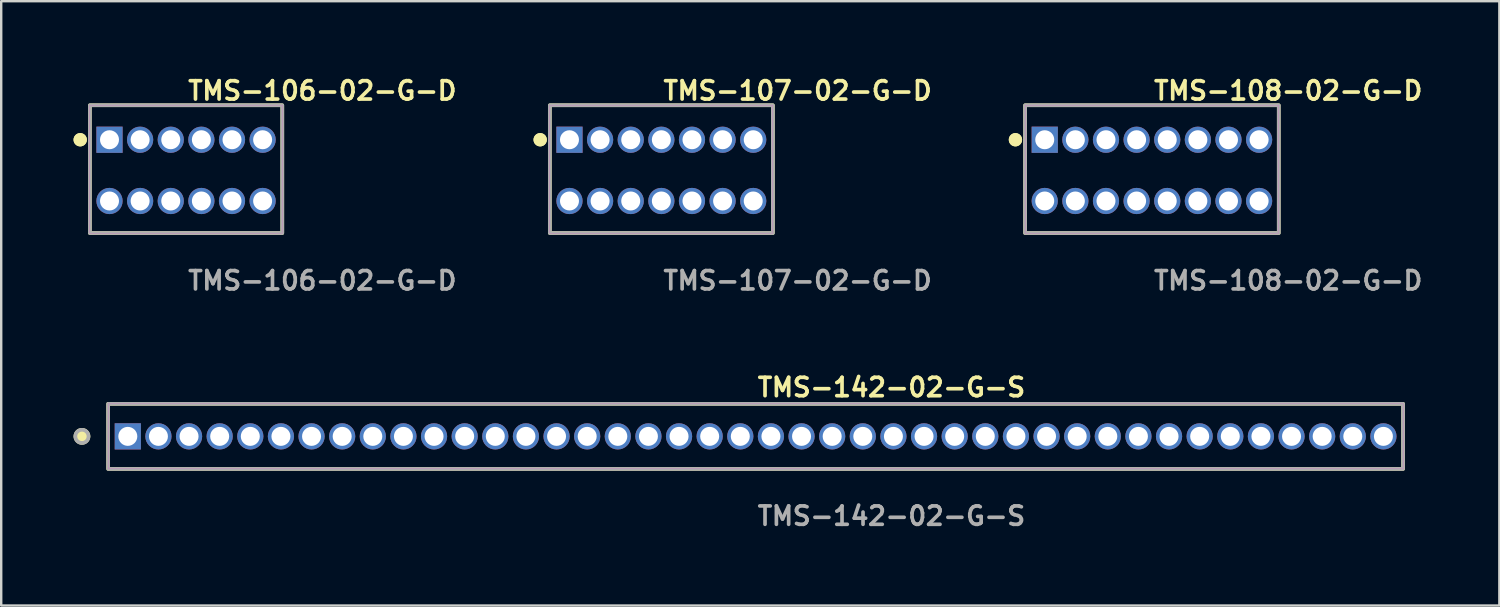
<source format=kicad_pcb>
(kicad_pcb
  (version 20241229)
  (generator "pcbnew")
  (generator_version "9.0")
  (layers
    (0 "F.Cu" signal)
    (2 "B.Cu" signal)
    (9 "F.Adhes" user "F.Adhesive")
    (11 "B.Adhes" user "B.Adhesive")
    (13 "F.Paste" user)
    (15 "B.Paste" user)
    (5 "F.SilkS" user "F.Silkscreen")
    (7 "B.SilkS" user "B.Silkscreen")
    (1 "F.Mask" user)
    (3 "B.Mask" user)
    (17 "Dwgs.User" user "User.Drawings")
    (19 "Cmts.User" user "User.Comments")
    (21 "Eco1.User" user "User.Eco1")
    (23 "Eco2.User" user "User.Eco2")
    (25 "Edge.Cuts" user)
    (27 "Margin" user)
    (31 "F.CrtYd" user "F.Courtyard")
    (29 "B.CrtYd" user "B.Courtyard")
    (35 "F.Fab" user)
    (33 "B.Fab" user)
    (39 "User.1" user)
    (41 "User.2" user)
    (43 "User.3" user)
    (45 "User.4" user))
  (footprint "TMS-106-02-G-D"
    (layer "F.Cu")
    (at 4.666 4.015)
    (property "Reference" "TMS-106-02-G-D" (at 0 -3.302 0) (unlocked yes) (layer "F.SilkS") (effects (font (size 0.762 0.762) (thickness 0.152)) (justify left)))
    (fp_rect (start -3.99 2.6) (end 3.99 -2.7) (stroke (width 0.152) (type solid)) (fill no) (layer "F.SilkS"))
    (fp_circle (center -4.39 -1.27) (end -4.59 -1.27) (stroke (width 0.152) (type solid)) (fill yes) (layer "F.SilkS"))
    (fp_circle (center -4.39 -1.27) (end -4.59 -1.27) (stroke (width 0.152) (type solid)) (fill yes) (layer "F.SilkS"))
    (fp_rect (start -3.99 2.6) (end 3.99 -2.7) (stroke (width 0.006) (type solid)) (fill no) (layer "F.CrtYd"))
    (fp_rect (start -3.99 2.6) (end 3.99 -2.7) (stroke (width 0.152) (type solid)) (fill no) (layer "F.Fab"))
    (fp_text user "${REFERENCE}" (at 0 4.572 0) (unlocked yes) (layer "F.Fab") (effects (font (size 0.762 0.762) (thickness 0.152)) (justify left)))
    (pad "1" thru_hole rect (at -3.175 -1.27) (size 1.087 1.087) (drill 0.787) (layers "*.Cu" "*.Mask"))
    (pad "2" thru_hole circle (at -3.175 1.27) (size 1.087 1.087) (drill 0.787) (layers "*.Cu" "*.Mask"))
    (pad "3" thru_hole circle (at -1.905 -1.27) (size 1.087 1.087) (drill 0.787) (layers "*.Cu" "*.Mask"))
    (pad "4" thru_hole circle (at -1.905 1.27) (size 1.087 1.087) (drill 0.787) (layers "*.Cu" "*.Mask"))
    (pad "5" thru_hole circle (at -0.635 -1.27) (size 1.087 1.087) (drill 0.787) (layers "*.Cu" "*.Mask"))
    (pad "6" thru_hole circle (at -0.635 1.27) (size 1.087 1.087) (drill 0.787) (layers "*.Cu" "*.Mask"))
    (pad "7" thru_hole circle (at 0.635 -1.27) (size 1.087 1.087) (drill 0.787) (layers "*.Cu" "*.Mask"))
    (pad "8" thru_hole circle (at 0.635 1.27) (size 1.087 1.087) (drill 0.787) (layers "*.Cu" "*.Mask"))
    (pad "9" thru_hole circle (at 1.905 -1.27) (size 1.087 1.087) (drill 0.787) (layers "*.Cu" "*.Mask"))
    (pad "10" thru_hole circle (at 1.905 1.27) (size 1.087 1.087) (drill 0.787) (layers "*.Cu" "*.Mask"))
    (pad "11" thru_hole circle (at 3.175 -1.27) (size 1.087 1.087) (drill 0.787) (layers "*.Cu" "*.Mask"))
    (pad "12" thru_hole circle (at 3.175 1.27) (size 1.087 1.087) (drill 0.787) (layers "*.Cu" "*.Mask")))
  (footprint "TMS-107-02-G-D"
    (layer "F.Cu")
    (at 24.376 4.015)
    (property "Reference" "TMS-107-02-G-D" (at 0 -3.302 0) (unlocked yes) (layer "F.SilkS") (effects (font (size 0.762 0.762) (thickness 0.152)) (justify left)))
    (fp_rect (start -4.625 2.6) (end 4.625 -2.7) (stroke (width 0.152) (type solid)) (fill no) (layer "F.SilkS"))
    (fp_circle (center -5.025 -1.27) (end -5.225 -1.27) (stroke (width 0.152) (type solid)) (fill yes) (layer "F.SilkS"))
    (fp_circle (center -5.025 -1.27) (end -5.225 -1.27) (stroke (width 0.152) (type solid)) (fill yes) (layer "F.SilkS"))
    (fp_rect (start -4.625 2.6) (end 4.625 -2.7) (stroke (width 0.006) (type solid)) (fill no) (layer "F.CrtYd"))
    (fp_rect (start -4.625 2.6) (end 4.625 -2.7) (stroke (width 0.152) (type solid)) (fill no) (layer "F.Fab"))
    (fp_text user "${REFERENCE}" (at 0 4.572 0) (unlocked yes) (layer "F.Fab") (effects (font (size 0.762 0.762) (thickness 0.152)) (justify left)))
    (pad "1" thru_hole rect (at -3.81 -1.27) (size 1.087 1.087) (drill 0.787) (layers "*.Cu" "*.Mask"))
    (pad "2" thru_hole circle (at -3.81 1.27) (size 1.087 1.087) (drill 0.787) (layers "*.Cu" "*.Mask"))
    (pad "3" thru_hole circle (at -2.54 -1.27) (size 1.087 1.087) (drill 0.787) (layers "*.Cu" "*.Mask"))
    (pad "4" thru_hole circle (at -2.54 1.27) (size 1.087 1.087) (drill 0.787) (layers "*.Cu" "*.Mask"))
    (pad "5" thru_hole circle (at -1.27 -1.27) (size 1.087 1.087) (drill 0.787) (layers "*.Cu" "*.Mask"))
    (pad "6" thru_hole circle (at -1.27 1.27) (size 1.087 1.087) (drill 0.787) (layers "*.Cu" "*.Mask"))
    (pad "7" thru_hole circle (at 0 -1.27) (size 1.087 1.087) (drill 0.787) (layers "*.Cu" "*.Mask"))
    (pad "8" thru_hole circle (at 0 1.27) (size 1.087 1.087) (drill 0.787) (layers "*.Cu" "*.Mask"))
    (pad "9" thru_hole circle (at 1.27 -1.27) (size 1.087 1.087) (drill 0.787) (layers "*.Cu" "*.Mask"))
    (pad "10" thru_hole circle (at 1.27 1.27) (size 1.087 1.087) (drill 0.787) (layers "*.Cu" "*.Mask"))
    (pad "11" thru_hole circle (at 2.54 -1.27) (size 1.087 1.087) (drill 0.787) (layers "*.Cu" "*.Mask"))
    (pad "12" thru_hole circle (at 2.54 1.27) (size 1.087 1.087) (drill 0.787) (layers "*.Cu" "*.Mask"))
    (pad "13" thru_hole circle (at 3.81 -1.27) (size 1.087 1.087) (drill 0.787) (layers "*.Cu" "*.Mask"))
    (pad "14" thru_hole circle (at 3.81 1.27) (size 1.087 1.087) (drill 0.787) (layers "*.Cu" "*.Mask")))
  (footprint "TMS-108-02-G-D"
    (layer "F.Cu")
    (at 44.72 4.015)
    (property "Reference" "TMS-108-02-G-D" (at 0 -3.302 0) (unlocked yes) (layer "F.SilkS") (effects (font (size 0.762 0.762) (thickness 0.152)) (justify left)))
    (fp_rect (start -5.26 2.6) (end 5.26 -2.7) (stroke (width 0.152) (type solid)) (fill no) (layer "F.SilkS"))
    (fp_circle (center -5.66 -1.27) (end -5.86 -1.27) (stroke (width 0.152) (type solid)) (fill yes) (layer "F.SilkS"))
    (fp_circle (center -5.66 -1.27) (end -5.86 -1.27) (stroke (width 0.152) (type solid)) (fill yes) (layer "F.SilkS"))
    (fp_rect (start -5.26 2.6) (end 5.26 -2.7) (stroke (width 0.006) (type solid)) (fill no) (layer "F.CrtYd"))
    (fp_rect (start -5.26 2.6) (end 5.26 -2.7) (stroke (width 0.152) (type solid)) (fill no) (layer "F.Fab"))
    (fp_text user "${REFERENCE}" (at 0 4.572 0) (unlocked yes) (layer "F.Fab") (effects (font (size 0.762 0.762) (thickness 0.152)) (justify left)))
    (pad "1" thru_hole rect (at -4.445 -1.27) (size 1.087 1.087) (drill 0.787) (layers "*.Cu" "*.Mask"))
    (pad "2" thru_hole circle (at -4.445 1.27) (size 1.087 1.087) (drill 0.787) (layers "*.Cu" "*.Mask"))
    (pad "3" thru_hole circle (at -3.175 -1.27) (size 1.087 1.087) (drill 0.787) (layers "*.Cu" "*.Mask"))
    (pad "4" thru_hole circle (at -3.175 1.27) (size 1.087 1.087) (drill 0.787) (layers "*.Cu" "*.Mask"))
    (pad "5" thru_hole circle (at -1.905 -1.27) (size 1.087 1.087) (drill 0.787) (layers "*.Cu" "*.Mask"))
    (pad "6" thru_hole circle (at -1.905 1.27) (size 1.087 1.087) (drill 0.787) (layers "*.Cu" "*.Mask"))
    (pad "7" thru_hole circle (at -0.635 -1.27) (size 1.087 1.087) (drill 0.787) (layers "*.Cu" "*.Mask"))
    (pad "8" thru_hole circle (at -0.635 1.27) (size 1.087 1.087) (drill 0.787) (layers "*.Cu" "*.Mask"))
    (pad "9" thru_hole circle (at 0.635 -1.27) (size 1.087 1.087) (drill 0.787) (layers "*.Cu" "*.Mask"))
    (pad "10" thru_hole circle (at 0.635 1.27) (size 1.087 1.087) (drill 0.787) (layers "*.Cu" "*.Mask"))
    (pad "11" thru_hole circle (at 1.905 -1.27) (size 1.087 1.087) (drill 0.787) (layers "*.Cu" "*.Mask"))
    (pad "12" thru_hole circle (at 1.905 1.27) (size 1.087 1.087) (drill 0.787) (layers "*.Cu" "*.Mask"))
    (pad "13" thru_hole circle (at 3.175 -1.27) (size 1.087 1.087) (drill 0.787) (layers "*.Cu" "*.Mask"))
    (pad "14" thru_hole circle (at 3.175 1.27) (size 1.087 1.087) (drill 0.787) (layers "*.Cu" "*.Mask"))
    (pad "15" thru_hole circle (at 4.445 -1.27) (size 1.087 1.087) (drill 0.787) (layers "*.Cu" "*.Mask"))
    (pad "16" thru_hole circle (at 4.445 1.27) (size 1.087 1.087) (drill 0.787) (layers "*.Cu" "*.Mask")))
  (footprint "TMS-142-02-G-S"
    (layer "F.Cu")
    (at 28.285 15.046)
    (property "Reference" "TMS-142-02-G-S" (at 0 -2.032 0) (unlocked yes) (layer "F.SilkS") (effects (font (size 0.762 0.762) (thickness 0.152)) (justify left)))
    (fp_rect (start -26.85 1.35) (end 26.85 -1.35) (stroke (width 0.152) (type solid)) (fill no) (layer "F.SilkS"))
    (fp_circle (center -27.937 0) (end -28.209 0) (stroke (width 0.152) (type solid)) (fill yes) (layer "F.SilkS"))
    (fp_rect (start -26.85 1.35) (end 26.85 -1.35) (stroke (width 0.006) (type solid)) (fill no) (layer "F.CrtYd"))
    (fp_rect (start -26.85 1.35) (end 26.85 -1.35) (stroke (width 0.152) (type solid)) (fill no) (layer "F.Fab"))
    (fp_circle (center -27.937 0) (end -28.209 0) (stroke (width 0.152) (type solid)) (fill no) (layer "F.Fab"))
    (fp_text user "${REFERENCE}" (at 0 3.302 0) (unlocked yes) (layer "F.Fab") (effects (font (size 0.762 0.762) (thickness 0.152)) (justify left)))
    (pad "1" thru_hole rect (at -26.035 0) (size 1.087 1.087) (drill 0.787) (layers "*.Cu" "*.Mask"))
    (pad "2" thru_hole circle (at -24.765 0) (size 1.087 1.087) (drill 0.787) (layers "*.Cu" "*.Mask"))
    (pad "3" thru_hole circle (at -23.495 0) (size 1.087 1.087) (drill 0.787) (layers "*.Cu" "*.Mask"))
    (pad "4" thru_hole circle (at -22.225 0) (size 1.087 1.087) (drill 0.787) (layers "*.Cu" "*.Mask"))
    (pad "5" thru_hole circle (at -20.955 0) (size 1.087 1.087) (drill 0.787) (layers "*.Cu" "*.Mask"))
    (pad "6" thru_hole circle (at -19.685 0) (size 1.087 1.087) (drill 0.787) (layers "*.Cu" "*.Mask"))
    (pad "7" thru_hole circle (at -18.415 0) (size 1.087 1.087) (drill 0.787) (layers "*.Cu" "*.Mask"))
    (pad "8" thru_hole circle (at -17.145 0) (size 1.087 1.087) (drill 0.787) (layers "*.Cu" "*.Mask"))
    (pad "9" thru_hole circle (at -15.875 0) (size 1.087 1.087) (drill 0.787) (layers "*.Cu" "*.Mask"))
    (pad "10" thru_hole circle (at -14.605 0) (size 1.087 1.087) (drill 0.787) (layers "*.Cu" "*.Mask"))
    (pad "11" thru_hole circle (at -13.335 0) (size 1.087 1.087) (drill 0.787) (layers "*.Cu" "*.Mask"))
    (pad "12" thru_hole circle (at -12.065 0) (size 1.087 1.087) (drill 0.787) (layers "*.Cu" "*.Mask"))
    (pad "13" thru_hole circle (at -10.795 0) (size 1.087 1.087) (drill 0.787) (layers "*.Cu" "*.Mask"))
    (pad "14" thru_hole circle (at -9.525 0) (size 1.087 1.087) (drill 0.787) (layers "*.Cu" "*.Mask"))
    (pad "15" thru_hole circle (at -8.255 0) (size 1.087 1.087) (drill 0.787) (layers "*.Cu" "*.Mask"))
    (pad "16" thru_hole circle (at -6.985 0) (size 1.087 1.087) (drill 0.787) (layers "*.Cu" "*.Mask"))
    (pad "17" thru_hole circle (at -5.715 0) (size 1.087 1.087) (drill 0.787) (layers "*.Cu" "*.Mask"))
    (pad "18" thru_hole circle (at -4.445 0) (size 1.087 1.087) (drill 0.787) (layers "*.Cu" "*.Mask"))
    (pad "19" thru_hole circle (at -3.175 0) (size 1.087 1.087) (drill 0.787) (layers "*.Cu" "*.Mask"))
    (pad "20" thru_hole circle (at -1.905 0) (size 1.087 1.087) (drill 0.787) (layers "*.Cu" "*.Mask"))
    (pad "21" thru_hole circle (at -0.635 0) (size 1.087 1.087) (drill 0.787) (layers "*.Cu" "*.Mask"))
    (pad "22" thru_hole circle (at 0.635 0) (size 1.087 1.087) (drill 0.787) (layers "*.Cu" "*.Mask"))
    (pad "23" thru_hole circle (at 1.905 0) (size 1.087 1.087) (drill 0.787) (layers "*.Cu" "*.Mask"))
    (pad "24" thru_hole circle (at 3.175 0) (size 1.087 1.087) (drill 0.787) (layers "*.Cu" "*.Mask"))
    (pad "25" thru_hole circle (at 4.445 0) (size 1.087 1.087) (drill 0.787) (layers "*.Cu" "*.Mask"))
    (pad "26" thru_hole circle (at 5.715 0) (size 1.087 1.087) (drill 0.787) (layers "*.Cu" "*.Mask"))
    (pad "27" thru_hole circle (at 6.985 0) (size 1.087 1.087) (drill 0.787) (layers "*.Cu" "*.Mask"))
    (pad "28" thru_hole circle (at 8.255 0) (size 1.087 1.087) (drill 0.787) (layers "*.Cu" "*.Mask"))
    (pad "29" thru_hole circle (at 9.525 0) (size 1.087 1.087) (drill 0.787) (layers "*.Cu" "*.Mask"))
    (pad "30" thru_hole circle (at 10.795 0) (size 1.087 1.087) (drill 0.787) (layers "*.Cu" "*.Mask"))
    (pad "31" thru_hole circle (at 12.065 0) (size 1.087 1.087) (drill 0.787) (layers "*.Cu" "*.Mask"))
    (pad "32" thru_hole circle (at 13.335 0) (size 1.087 1.087) (drill 0.787) (layers "*.Cu" "*.Mask"))
    (pad "33" thru_hole circle (at 14.605 0) (size 1.087 1.087) (drill 0.787) (layers "*.Cu" "*.Mask"))
    (pad "34" thru_hole circle (at 15.875 0) (size 1.087 1.087) (drill 0.787) (layers "*.Cu" "*.Mask"))
    (pad "35" thru_hole circle (at 17.145 0) (size 1.087 1.087) (drill 0.787) (layers "*.Cu" "*.Mask"))
    (pad "36" thru_hole circle (at 18.415 0) (size 1.087 1.087) (drill 0.787) (layers "*.Cu" "*.Mask"))
    (pad "37" thru_hole circle (at 19.685 0) (size 1.087 1.087) (drill 0.787) (layers "*.Cu" "*.Mask"))
    (pad "38" thru_hole circle (at 20.955 0) (size 1.087 1.087) (drill 0.787) (layers "*.Cu" "*.Mask"))
    (pad "39" thru_hole circle (at 22.225 0) (size 1.087 1.087) (drill 0.787) (layers "*.Cu" "*.Mask"))
    (pad "40" thru_hole circle (at 23.495 0) (size 1.087 1.087) (drill 0.787) (layers "*.Cu" "*.Mask"))
    (pad "41" thru_hole circle (at 24.765 0) (size 1.087 1.087) (drill 0.787) (layers "*.Cu" "*.Mask"))
    (pad "42" thru_hole circle (at 26.035 0) (size 1.087 1.087) (drill 0.787) (layers "*.Cu" "*.Mask")))
  (gr_rect
    (start -3 -3)
    (end 59.128 22.061)
    (stroke (width 0.1) (type default))
    (fill no)
    (layer "Edge.Cuts")))
</source>
